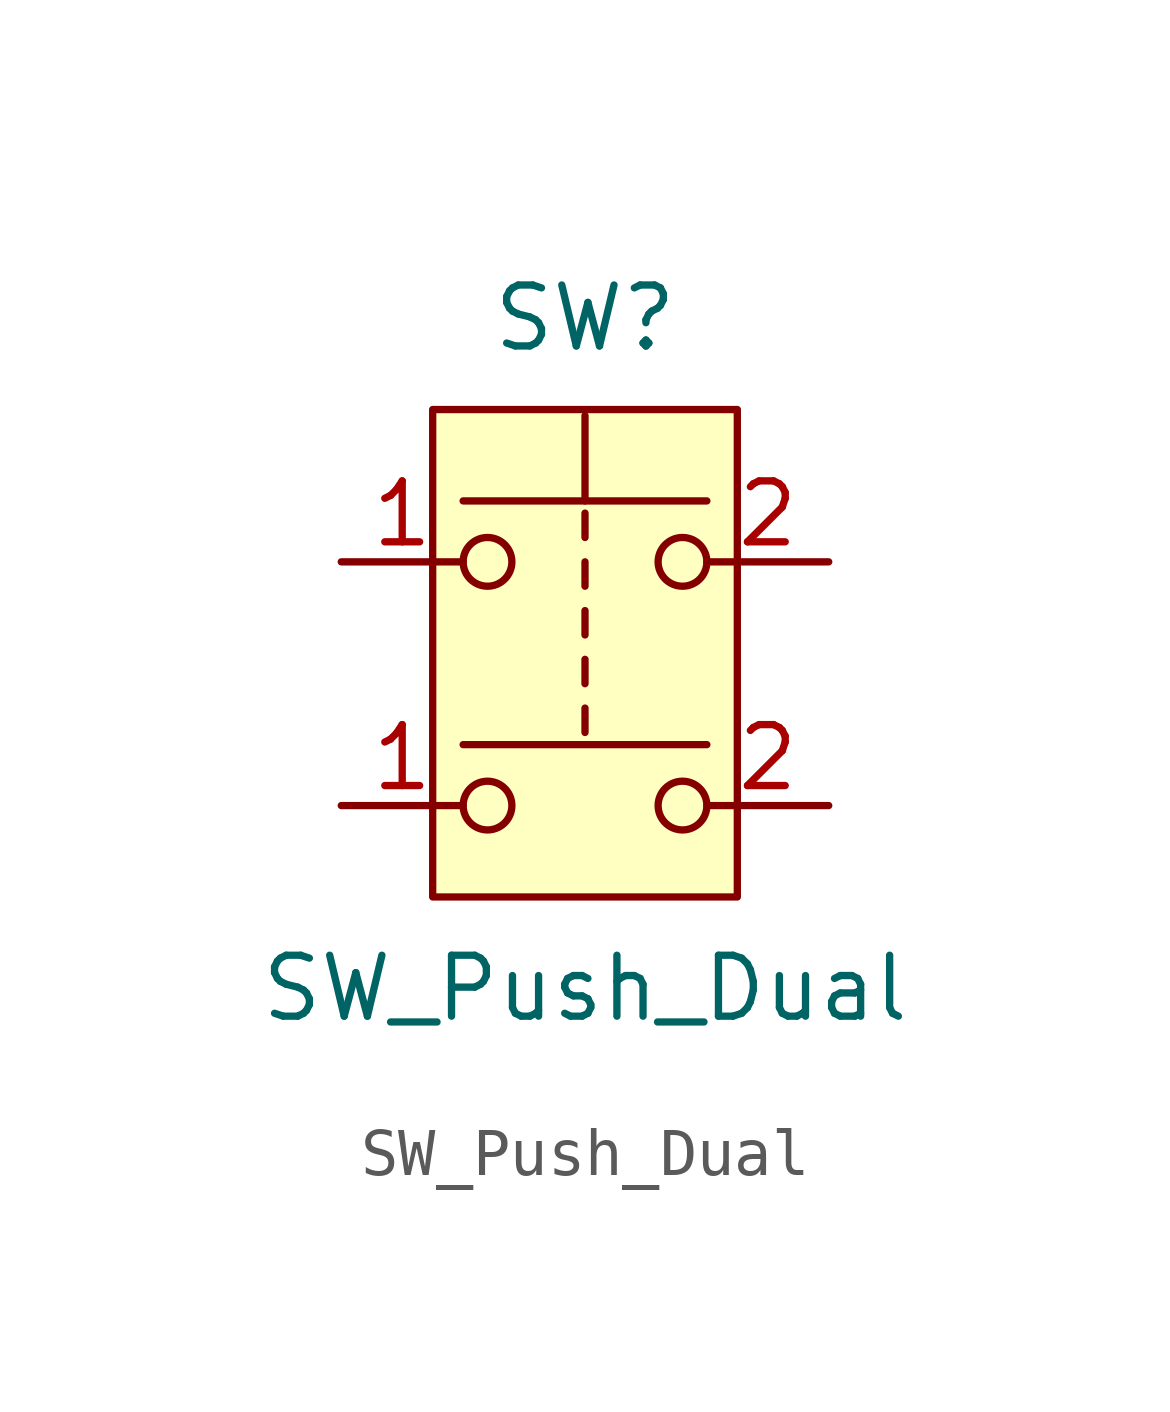
<source format=kicad_sym>
(kicad_symbol_lib
  (version 20231120)
  (generator "kicad_symbol_editor")
  (generator_version "8.0")
  (symbol "SW_Push_Dual"
    (pin_names
      (offset 1.016) hide)
    (property "Reference" "SW"
      (at 0 7.62 0)
      (effects (font (size 1.27 1.27))))
    (property "Value" "SW_Push_Dual"
      (at 0 -6.35 0)
      (effects (font (size 1.27 1.27))))
    (symbol "SW_Push_Dual_0_1"
      (circle (center -2.032 -2.54) (radius 0.508) (stroke (width 0) (type default)) (fill (type none)))
      (circle (center -2.032 2.54) (radius 0.508) (stroke (width 0) (type default)) (fill (type none)))
      (polyline (pts (xy 0 -0.508) (xy 0 -1.016)) (stroke (width 0) (type default)) (fill (type none)))
      (polyline (pts (xy 0 0.508) (xy 0 0)) (stroke (width 0) (type default)) (fill (type none)))
      (polyline (pts (xy 0 1.016) (xy 0 1.524)) (stroke (width 0) (type default)) (fill (type none)))
      (polyline (pts (xy 0 2.032) (xy 0 2.54)) (stroke (width 0) (type default)) (fill (type none)))
      (polyline (pts (xy 0 3.048) (xy 0 3.556)) (stroke (width 0) (type default)) (fill (type none)))
      (polyline (pts (xy 0 3.81) (xy 0 5.588)) (stroke (width 0) (type default)) (fill (type none)))
      (polyline (pts (xy 2.54 -1.27) (xy -2.54 -1.27)) (stroke (width 0) (type default)) (fill (type none)))
      (polyline (pts (xy 2.54 3.81) (xy -2.54 3.81)) (stroke (width 0) (type default)) (fill (type none)))
      (circle (center 2.032 -2.54) (radius 0.508) (stroke (width 0) (type default)) (fill (type none)))
      (circle (center 2.032 2.54) (radius 0.508) (stroke (width 0) (type default)) (fill (type none)))
      (pin passive line (at -5.08 -2.54 0) (length 2.54) (name "1" (effects (font (size 1.27 1.27)))) (number "1" (effects (font (size 1.27 1.27)))))
      (pin passive line (at -5.08 2.54 0) (length 2.54) (name "1" (effects (font (size 1.27 1.27)))) (number "1" (effects (font (size 1.27 1.27)))))
      (pin passive line (at 5.08 -2.54 180) (length 2.54) (name "2" (effects (font (size 1.27 1.27)))) (number "2" (effects (font (size 1.27 1.27)))))
      (pin passive line (at 5.08 2.54 180) (length 2.54) (name "2" (effects (font (size 1.27 1.27)))) (number "2" (effects (font (size 1.27 1.27))))))
    (symbol "SW_Push_Dual_1_1"
      (rectangle (start -3.175 5.715) (end 3.175 -4.445) (stroke (width 0) (type default)) (fill (type background))))))
</source>
